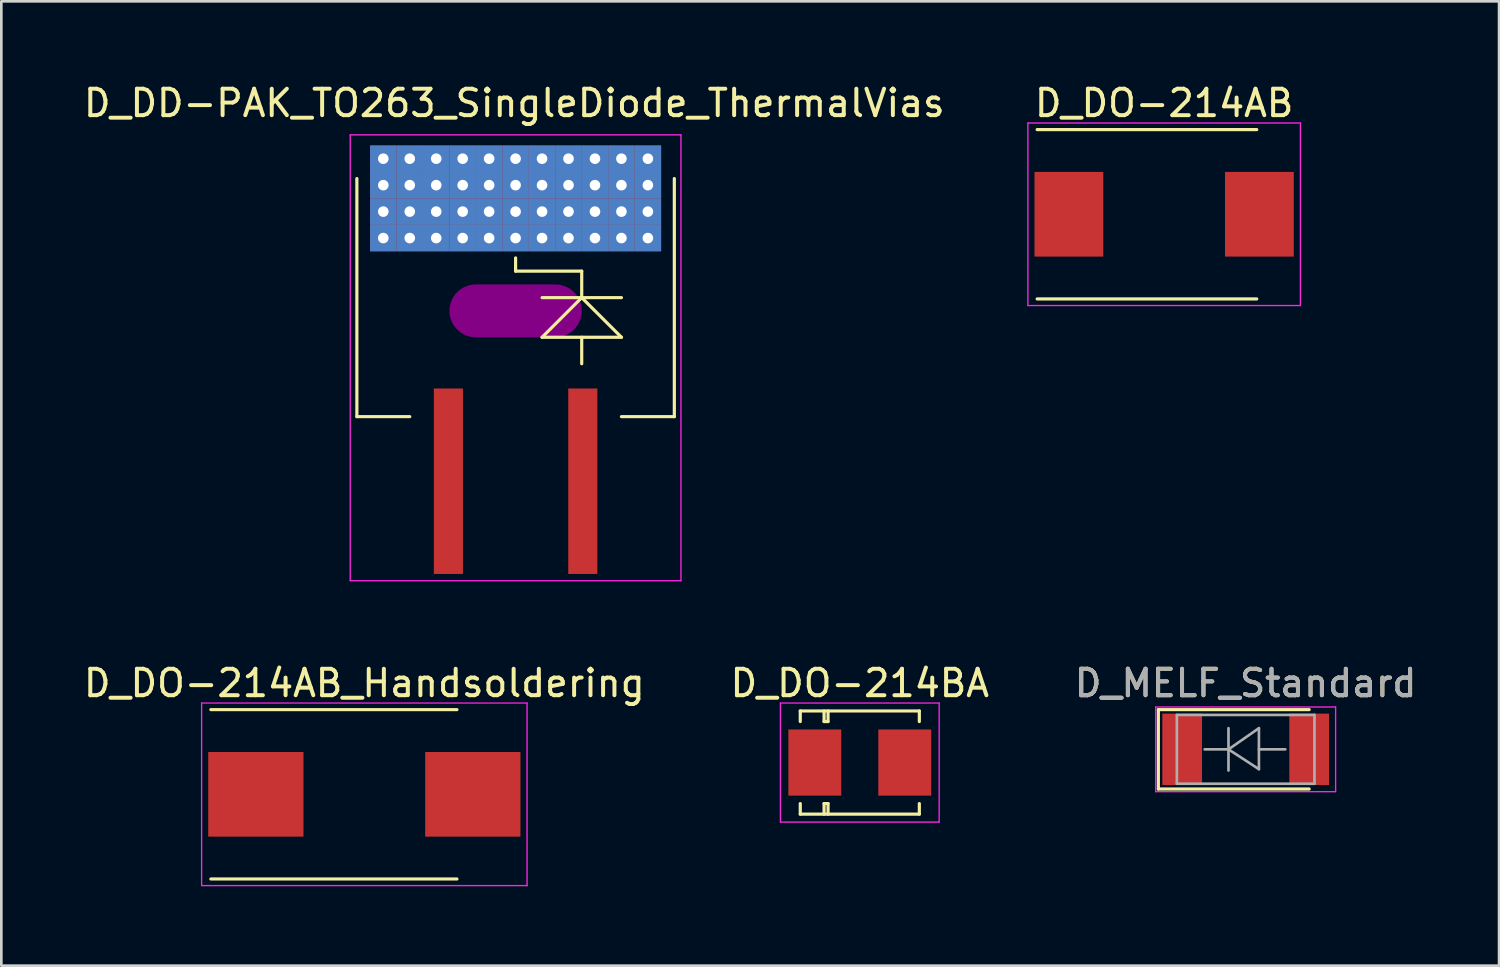
<source format=kicad_pcb>
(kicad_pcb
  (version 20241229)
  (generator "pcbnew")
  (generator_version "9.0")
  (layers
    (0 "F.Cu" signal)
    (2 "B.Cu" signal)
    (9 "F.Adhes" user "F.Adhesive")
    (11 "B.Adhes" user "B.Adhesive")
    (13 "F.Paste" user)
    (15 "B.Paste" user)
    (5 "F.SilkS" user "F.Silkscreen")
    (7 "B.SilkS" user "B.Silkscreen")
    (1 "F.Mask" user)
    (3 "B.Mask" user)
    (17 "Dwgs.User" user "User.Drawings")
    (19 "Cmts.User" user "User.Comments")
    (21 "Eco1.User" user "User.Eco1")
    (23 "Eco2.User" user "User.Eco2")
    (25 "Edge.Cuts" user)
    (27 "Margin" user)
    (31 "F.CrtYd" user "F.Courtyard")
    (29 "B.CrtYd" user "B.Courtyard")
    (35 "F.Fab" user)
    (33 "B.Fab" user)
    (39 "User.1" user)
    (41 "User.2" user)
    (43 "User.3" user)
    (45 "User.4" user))
  (footprint "D_DD-PAK_TO263_SingleDiode_ThermalVias"
    (layer "F.Cu")
    (at 16.437 10.698)
    (property "Reference" "D_DD-PAK_TO263_SingleDiode_ThermalVias" (at -0.05 -9.85 0) (layer "F.SilkS") (effects (font (size 1 1) (thickness 0.15))))
    (attr smd)
    (fp_line (start -5.5 -8.25) (end 5.5 -8.25) (stroke (width 0.45) (type solid)) (layer "F.Mask"))
    (fp_line (start -5.5 -4.25) (end -5.5 -8.25) (stroke (width 0.45) (type solid)) (layer "F.Mask"))
    (fp_line (start -5.25 -7.25) (end 5.25 -7.25) (stroke (width 0.45) (type solid)) (layer "F.Mask"))
    (fp_line (start -5.25 -6.25) (end 5.25 -6.25) (stroke (width 0.45) (type solid)) (layer "F.Mask"))
    (fp_line (start -5.25 -5.25) (end 5.25 -5.25) (stroke (width 0.45) (type solid)) (layer "F.Mask"))
    (fp_line (start -4.5 -8.05) (end -4.5 -4.5) (stroke (width 0.45) (type solid)) (layer "F.Mask"))
    (fp_line (start -3.5 -8.05) (end -3.5 -4.5) (stroke (width 0.45) (type solid)) (layer "F.Mask"))
    (fp_line (start -2.5 -8.05) (end -2.5 -4.5) (stroke (width 0.45) (type solid)) (layer "F.Mask"))
    (fp_line (start -1.5 -8.05) (end -1.5 -4.5) (stroke (width 0.45) (type solid)) (layer "F.Mask"))
    (fp_line (start -0.5 -8.05) (end -0.5 -4.5) (stroke (width 0.45) (type solid)) (layer "F.Mask"))
    (fp_line (start 0.5 -8.05) (end 0.5 -4.5) (stroke (width 0.45) (type solid)) (layer "F.Mask"))
    (fp_line (start 1.5 -8.05) (end 1.5 -4.5) (stroke (width 0.45) (type solid)) (layer "F.Mask"))
    (fp_line (start 2.5 -8.05) (end 2.5 -4.5) (stroke (width 0.45) (type solid)) (layer "F.Mask"))
    (fp_line (start 3.5 -8.05) (end 3.5 -4.5) (stroke (width 0.45) (type solid)) (layer "F.Mask"))
    (fp_line (start 4.5 -8.05) (end 4.5 -4.5) (stroke (width 0.45) (type solid)) (layer "F.Mask"))
    (fp_line (start 5.5 -8.25) (end 5.5 -4.25) (stroke (width 0.45) (type solid)) (layer "F.Mask"))
    (fp_line (start 5.5 -4.25) (end -5.5 -4.25) (stroke (width 0.45) (type solid)) (layer "F.Mask"))
    (fp_circle (center -5 -7.75) (end -4.9 -7.75) (stroke (width 0.215) (type solid)) (fill no) (layer "F.Mask"))
    (fp_circle (center -5 -6.75) (end -4.9 -6.75) (stroke (width 0.215) (type solid)) (fill no) (layer "F.Mask"))
    (fp_circle (center -5 -5.75) (end -4.9 -5.75) (stroke (width 0.215) (type solid)) (fill no) (layer "F.Mask"))
    (fp_circle (center -5 -4.75) (end -4.9 -4.75) (stroke (width 0.215) (type solid)) (fill no) (layer "F.Mask"))
    (fp_circle (center -4 -7.75) (end -3.9 -7.75) (stroke (width 0.215) (type solid)) (fill no) (layer "F.Mask"))
    (fp_circle (center -4 -6.75) (end -3.9 -6.75) (stroke (width 0.215) (type solid)) (fill no) (layer "F.Mask"))
    (fp_circle (center -4 -5.75) (end -3.9 -5.75) (stroke (width 0.215) (type solid)) (fill no) (layer "F.Mask"))
    (fp_circle (center -4 -4.75) (end -3.9 -4.75) (stroke (width 0.215) (type solid)) (fill no) (layer "F.Mask"))
    (fp_circle (center -3 -7.75) (end -2.9 -7.75) (stroke (width 0.215) (type solid)) (fill no) (layer "F.Mask"))
    (fp_circle (center -3 -6.75) (end -2.9 -6.75) (stroke (width 0.215) (type solid)) (fill no) (layer "F.Mask"))
    (fp_circle (center -3 -5.75) (end -2.9 -5.75) (stroke (width 0.215) (type solid)) (fill no) (layer "F.Mask"))
    (fp_circle (center -3 -4.75) (end -2.9 -4.75) (stroke (width 0.215) (type solid)) (fill no) (layer "F.Mask"))
    (fp_circle (center -2 -7.75) (end -1.9 -7.75) (stroke (width 0.215) (type solid)) (fill no) (layer "F.Mask"))
    (fp_circle (center -2 -6.75) (end -1.9 -6.75) (stroke (width 0.215) (type solid)) (fill no) (layer "F.Mask"))
    (fp_circle (center -2 -5.75) (end -1.9 -5.75) (stroke (width 0.215) (type solid)) (fill no) (layer "F.Mask"))
    (fp_circle (center -2 -4.75) (end -1.9 -4.75) (stroke (width 0.215) (type solid)) (fill no) (layer "F.Mask"))
    (fp_circle (center -1 -7.75) (end -0.9 -7.75) (stroke (width 0.215) (type solid)) (fill no) (layer "F.Mask"))
    (fp_circle (center -1 -6.75) (end -0.9 -6.75) (stroke (width 0.215) (type solid)) (fill no) (layer "F.Mask"))
    (fp_circle (center -1 -5.75) (end -0.9 -5.75) (stroke (width 0.215) (type solid)) (fill no) (layer "F.Mask"))
    (fp_circle (center -1 -4.75) (end -0.9 -4.75) (stroke (width 0.215) (type solid)) (fill no) (layer "F.Mask"))
    (fp_circle (center 0 -7.75) (end 0.1 -7.75) (stroke (width 0.215) (type solid)) (fill no) (layer "F.Mask"))
    (fp_circle (center 0 -6.75) (end 0.1 -6.75) (stroke (width 0.215) (type solid)) (fill no) (layer "F.Mask"))
    (fp_circle (center 0 -5.75) (end 0.1 -5.75) (stroke (width 0.215) (type solid)) (fill no) (layer "F.Mask"))
    (fp_circle (center 0 -4.75) (end 0.1 -4.75) (stroke (width 0.215) (type solid)) (fill no) (layer "F.Mask"))
    (fp_circle (center 1 -7.75) (end 1.1 -7.75) (stroke (width 0.215) (type solid)) (fill no) (layer "F.Mask"))
    (fp_circle (center 1 -6.75) (end 1.1 -6.75) (stroke (width 0.215) (type solid)) (fill no) (layer "F.Mask"))
    (fp_circle (center 1 -5.75) (end 1.1 -5.75) (stroke (width 0.215) (type solid)) (fill no) (layer "F.Mask"))
    (fp_circle (center 1 -4.75) (end 1.1 -4.75) (stroke (width 0.215) (type solid)) (fill no) (layer "F.Mask"))
    (fp_circle (center 2 -7.75) (end 2.1 -7.75) (stroke (width 0.215) (type solid)) (fill no) (layer "F.Mask"))
    (fp_circle (center 2 -6.75) (end 2.1 -6.75) (stroke (width 0.215) (type solid)) (fill no) (layer "F.Mask"))
    (fp_circle (center 2 -5.75) (end 2.1 -5.75) (stroke (width 0.215) (type solid)) (fill no) (layer "F.Mask"))
    (fp_circle (center 2 -4.75) (end 2.1 -4.75) (stroke (width 0.215) (type solid)) (fill no) (layer "F.Mask"))
    (fp_circle (center 3 -7.75) (end 3.1 -7.75) (stroke (width 0.215) (type solid)) (fill no) (layer "F.Mask"))
    (fp_circle (center 3 -6.75) (end 3.1 -6.75) (stroke (width 0.215) (type solid)) (fill no) (layer "F.Mask"))
    (fp_circle (center 3 -5.75) (end 3.1 -5.75) (stroke (width 0.215) (type solid)) (fill no) (layer "F.Mask"))
    (fp_circle (center 3 -4.75) (end 3.1 -4.75) (stroke (width 0.215) (type solid)) (fill no) (layer "F.Mask"))
    (fp_circle (center 4 -7.75) (end 4.1 -7.75) (stroke (width 0.215) (type solid)) (fill no) (layer "F.Mask"))
    (fp_circle (center 4 -6.75) (end 4.1 -6.75) (stroke (width 0.215) (type solid)) (fill no) (layer "F.Mask"))
    (fp_circle (center 4 -5.75) (end 4.1 -5.75) (stroke (width 0.215) (type solid)) (fill no) (layer "F.Mask"))
    (fp_circle (center 4 -4.75) (end 4.1 -4.75) (stroke (width 0.215) (type solid)) (fill no) (layer "F.Mask"))
    (fp_circle (center 5 -7.75) (end 5.1 -7.75) (stroke (width 0.215) (type solid)) (fill no) (layer "F.Mask"))
    (fp_circle (center 5 -6.75) (end 5.1 -6.75) (stroke (width 0.215) (type solid)) (fill no) (layer "F.Mask"))
    (fp_circle (center 5 -5.75) (end 5.1 -5.75) (stroke (width 0.215) (type solid)) (fill no) (layer "F.Mask"))
    (fp_circle (center 5 -4.75) (end 5.1 -4.75) (stroke (width 0.215) (type solid)) (fill no) (layer "F.Mask"))
    (fp_line (start -5.999 -7) (end -5.999 1.999) (stroke (width 0.12) (type solid)) (layer "F.SilkS"))
    (fp_line (start -5.999 1.999) (end -4 1.999) (stroke (width 0.12) (type solid)) (layer "F.SilkS"))
    (fp_line (start 0 -3.5) (end 0 -4) (stroke (width 0.12) (type solid)) (layer "F.SilkS"))
    (fp_line (start 1.001 -2.499) (end 4 -2.499) (stroke (width 0.12) (type solid)) (layer "F.SilkS"))
    (fp_line (start 1.001 -1.001) (end 4 -1.001) (stroke (width 0.12) (type solid)) (layer "F.SilkS"))
    (fp_line (start 2.499 -3.5) (end 0 -3.5) (stroke (width 0.12) (type solid)) (layer "F.SilkS"))
    (fp_line (start 2.499 -2.499) (end 1.001 -1.001) (stroke (width 0.12) (type solid)) (layer "F.SilkS"))
    (fp_line (start 2.499 -2.499) (end 2.499 -3.5) (stroke (width 0.12) (type solid)) (layer "F.SilkS"))
    (fp_line (start 2.499 -1.001) (end 2.499 0) (stroke (width 0.12) (type solid)) (layer "F.SilkS"))
    (fp_line (start 4 -1.001) (end 2.499 -2.499) (stroke (width 0.12) (type solid)) (layer "F.SilkS"))
    (fp_line (start 4 1.999) (end 5.999 1.999) (stroke (width 0.12) (type solid)) (layer "F.SilkS"))
    (fp_line (start 5.999 1.999) (end 5.999 -7) (stroke (width 0.12) (type solid)) (layer "F.SilkS"))
    (fp_line (start -5.25 -7.25) (end 5.25 -7.25) (stroke (width 0.45) (type solid)) (layer "F.Paste"))
    (fp_line (start -5.25 -6.25) (end 5.25 -6.25) (stroke (width 0.45) (type solid)) (layer "F.Paste"))
    (fp_line (start -5.25 -5.25) (end 5.25 -5.25) (stroke (width 0.45) (type solid)) (layer "F.Paste"))
    (fp_line (start -4.5 -8.05) (end -4.5 -4.5) (stroke (width 0.45) (type solid)) (layer "F.Paste"))
    (fp_line (start -3.5 -8.05) (end -3.5 -4.5) (stroke (width 0.45) (type solid)) (layer "F.Paste"))
    (fp_line (start -2.5 -8.05) (end -2.5 -4.5) (stroke (width 0.45) (type solid)) (layer "F.Paste"))
    (fp_line (start -1.5 -8.05) (end -1.5 -4.5) (stroke (width 0.45) (type solid)) (layer "F.Paste"))
    (fp_line (start -0.5 -8.05) (end -0.5 -4.5) (stroke (width 0.45) (type solid)) (layer "F.Paste"))
    (fp_line (start 0.5 -8.05) (end 0.5 -4.5) (stroke (width 0.45) (type solid)) (layer "F.Paste"))
    (fp_line (start 1.5 -8.05) (end 1.5 -4.5) (stroke (width 0.45) (type solid)) (layer "F.Paste"))
    (fp_line (start 2.5 -8.05) (end 2.5 -4.5) (stroke (width 0.45) (type solid)) (layer "F.Paste"))
    (fp_line (start 3.5 -8.05) (end 3.5 -4.5) (stroke (width 0.45) (type solid)) (layer "F.Paste"))
    (fp_line (start 4.5 -8.05) (end 4.5 -4.5) (stroke (width 0.45) (type solid)) (layer "F.Paste"))
    (fp_line (start -6.25 -8.65) (end 6.25 -8.65) (stroke (width 0.05) (type solid)) (layer "F.CrtYd"))
    (fp_line (start -6.25 8.2) (end -6.25 -8.65) (stroke (width 0.05) (type solid)) (layer "F.CrtYd"))
    (fp_line (start 6.25 -8.65) (end 6.25 8.2) (stroke (width 0.05) (type solid)) (layer "F.CrtYd"))
    (fp_line (start 6.25 8.2) (end -6.25 8.2) (stroke (width 0.05) (type solid)) (layer "F.CrtYd"))
    (pad "" smd oval (at 0 -1.999) (size 5.001 1.999) (layers "F.Adhes"))
    (pad "1" smd rect (at -2.54 4.44) (size 1.1 7.01) (layers "F.Cu" "F.Mask" "F.Paste"))
    (pad "2" thru_hole rect (at -5 -7.75) (size 1 1) (drill 0.4) (layers "*.Cu" "B.Mask"))
    (pad "2" thru_hole rect (at -5 -6.75) (size 1 1) (drill 0.4) (layers "*.Cu" "B.Mask"))
    (pad "2" thru_hole rect (at -5 -5.75) (size 1 1) (drill 0.4) (layers "*.Cu" "B.Mask"))
    (pad "2" thru_hole rect (at -5 -4.75) (size 1 1) (drill 0.4) (layers "*.Cu" "B.Mask"))
    (pad "2" thru_hole rect (at -4 -7.75) (size 1 1) (drill 0.4) (layers "*.Cu" "B.Mask"))
    (pad "2" thru_hole rect (at -4 -6.75) (size 1 1) (drill 0.4) (layers "*.Cu" "B.Mask"))
    (pad "2" thru_hole rect (at -4 -5.75) (size 1 1) (drill 0.4) (layers "*.Cu" "B.Mask"))
    (pad "2" thru_hole rect (at -4 -4.75) (size 1 1) (drill 0.4) (layers "*.Cu" "B.Mask"))
    (pad "2" thru_hole rect (at -3 -7.75) (size 1 1) (drill 0.4) (layers "*.Cu" "B.Mask"))
    (pad "2" thru_hole rect (at -3 -6.75) (size 1 1) (drill 0.4) (layers "*.Cu" "B.Mask"))
    (pad "2" thru_hole rect (at -3 -5.75) (size 1 1) (drill 0.4) (layers "*.Cu" "B.Mask"))
    (pad "2" thru_hole rect (at -3 -4.75) (size 1 1) (drill 0.4) (layers "*.Cu" "B.Mask"))
    (pad "2" thru_hole rect (at -2 -7.75) (size 1 1) (drill 0.4) (layers "*.Cu" "B.Mask"))
    (pad "2" thru_hole rect (at -2 -6.75) (size 1 1) (drill 0.4) (layers "*.Cu" "B.Mask"))
    (pad "2" thru_hole rect (at -2 -5.75) (size 1 1) (drill 0.4) (layers "*.Cu" "B.Mask"))
    (pad "2" thru_hole rect (at -2 -4.75) (size 1 1) (drill 0.4) (layers "*.Cu" "B.Mask"))
    (pad "2" thru_hole rect (at -1 -7.75) (size 1 1) (drill 0.4) (layers "*.Cu" "B.Mask"))
    (pad "2" thru_hole rect (at -1 -6.75) (size 1 1) (drill 0.4) (layers "*.Cu" "B.Mask"))
    (pad "2" thru_hole rect (at -1 -5.75) (size 1 1) (drill 0.4) (layers "*.Cu" "B.Mask"))
    (pad "2" thru_hole rect (at -1 -4.75) (size 1 1) (drill 0.4) (layers "*.Cu" "B.Mask"))
    (pad "2" thru_hole rect (at 0 -7.75) (size 1 1) (drill 0.4) (layers "*.Cu" "B.Mask"))
    (pad "2" thru_hole rect (at 0 -6.75) (size 1 1) (drill 0.4) (layers "*.Cu" "B.Mask"))
    (pad "2" thru_hole rect (at 0 -5.75) (size 1 1) (drill 0.4) (layers "*.Cu" "B.Mask"))
    (pad "2" thru_hole rect (at 0 -4.75) (size 1 1) (drill 0.4) (layers "*.Cu" "B.Mask"))
    (pad "2" thru_hole rect (at 1 -7.75) (size 1 1) (drill 0.4) (layers "*.Cu" "B.Mask"))
    (pad "2" thru_hole rect (at 1 -6.75) (size 1 1) (drill 0.4) (layers "*.Cu" "B.Mask"))
    (pad "2" thru_hole rect (at 1 -5.75) (size 1 1) (drill 0.4) (layers "*.Cu" "B.Mask"))
    (pad "2" thru_hole rect (at 1 -4.75) (size 1 1) (drill 0.4) (layers "*.Cu" "B.Mask"))
    (pad "2" thru_hole rect (at 2 -7.75) (size 1 1) (drill 0.4) (layers "*.Cu" "B.Mask"))
    (pad "2" thru_hole rect (at 2 -6.75) (size 1 1) (drill 0.4) (layers "*.Cu" "B.Mask"))
    (pad "2" thru_hole rect (at 2 -5.75) (size 1 1) (drill 0.4) (layers "*.Cu" "B.Mask"))
    (pad "2" thru_hole rect (at 2 -4.75) (size 1 1) (drill 0.4) (layers "*.Cu" "B.Mask"))
    (pad "2" thru_hole rect (at 3 -7.75) (size 1 1) (drill 0.4) (layers "*.Cu" "B.Mask"))
    (pad "2" thru_hole rect (at 3 -6.75) (size 1 1) (drill 0.4) (layers "*.Cu" "B.Mask"))
    (pad "2" thru_hole rect (at 3 -5.75) (size 1 1) (drill 0.4) (layers "*.Cu" "B.Mask"))
    (pad "2" thru_hole rect (at 3 -4.75) (size 1 1) (drill 0.4) (layers "*.Cu" "B.Mask"))
    (pad "2" thru_hole rect (at 4 -7.75) (size 1 1) (drill 0.4) (layers "*.Cu" "B.Mask"))
    (pad "2" thru_hole rect (at 4 -6.75) (size 1 1) (drill 0.4) (layers "*.Cu" "B.Mask"))
    (pad "2" thru_hole rect (at 4 -5.75) (size 1 1) (drill 0.4) (layers "*.Cu" "B.Mask"))
    (pad "2" thru_hole rect (at 4 -4.75) (size 1 1) (drill 0.4) (layers "*.Cu" "B.Mask"))
    (pad "2" thru_hole rect (at 5 -7.75) (size 1 1) (drill 0.4) (layers "*.Cu" "B.Mask"))
    (pad "2" thru_hole rect (at 5 -6.75) (size 1 1) (drill 0.4) (layers "*.Cu" "B.Mask"))
    (pad "2" thru_hole rect (at 5 -5.75) (size 1 1) (drill 0.4) (layers "*.Cu" "B.Mask"))
    (pad "2" thru_hole rect (at 5 -4.75) (size 1 1) (drill 0.4) (layers "*.Cu" "B.Mask"))
    (pad "3" smd rect (at 2.54 4.44) (size 1.1 7.01) (layers "F.Cu" "F.Mask" "F.Paste")))
  (footprint "D_DO-214AB_Handsoldering"
    (layer "F.Cu")
    (at 10.72 26.971)
    (property "Reference" "D_DO-214AB_Handsoldering" (at 0 -4.2 0) (layer "F.SilkS") (effects (font (size 1 1) (thickness 0.15))))
    (attr smd)
    (fp_line (start -5.8 -3.2) (end 3.5 -3.2) (stroke (width 0.12) (type solid)) (layer "F.SilkS"))
    (fp_line (start 3.5 3.2) (end -5.8 3.2) (stroke (width 0.12) (type solid)) (layer "F.SilkS"))
    (fp_line (start -6.15 -3.45) (end 6.15 -3.45) (stroke (width 0.05) (type solid)) (layer "F.CrtYd"))
    (fp_line (start -6.15 3.45) (end -6.15 -3.45) (stroke (width 0.05) (type solid)) (layer "F.CrtYd"))
    (fp_line (start 6.15 -3.45) (end 6.15 3.45) (stroke (width 0.05) (type solid)) (layer "F.CrtYd"))
    (fp_line (start 6.15 3.45) (end -6.15 3.45) (stroke (width 0.05) (type solid)) (layer "F.CrtYd"))
    (pad "1" smd rect (at -4.1 0) (size 3.6 3.2) (layers "F.Cu" "F.Mask" "F.Paste"))
    (pad "2" smd rect (at 4.1 0) (size 3.6 3.2) (layers "F.Cu" "F.Mask" "F.Paste")))
  (footprint "D_DO-214AB"
    (layer "F.Cu")
    (at 40.949 5.048)
    (property "Reference" "D_DO-214AB" (at 0 -4.2 0) (layer "F.SilkS") (effects (font (size 1 1) (thickness 0.15))))
    (attr smd)
    (fp_line (start -4.8 -3.2) (end 3.5 -3.2) (stroke (width 0.12) (type solid)) (layer "F.SilkS"))
    (fp_line (start 3.5 3.2) (end -4.8 3.2) (stroke (width 0.12) (type solid)) (layer "F.SilkS"))
    (fp_line (start -5.15 -3.45) (end 5.15 -3.45) (stroke (width 0.05) (type solid)) (layer "F.CrtYd"))
    (fp_line (start -5.15 3.45) (end -5.15 -3.45) (stroke (width 0.05) (type solid)) (layer "F.CrtYd"))
    (fp_line (start 5.15 -3.45) (end 5.15 3.45) (stroke (width 0.05) (type solid)) (layer "F.CrtYd"))
    (fp_line (start 5.15 3.45) (end -5.15 3.45) (stroke (width 0.05) (type solid)) (layer "F.CrtYd"))
    (pad "1" smd rect (at -3.6 0) (size 2.6 3.2) (layers "F.Cu" "F.Mask" "F.Paste"))
    (pad "2" smd rect (at 3.6 0) (size 2.6 3.2) (layers "F.Cu" "F.Mask" "F.Paste")))
  (footprint "D_MELF_Standard"
    (layer "F.Cu")
    (at 44.03 25.271)
    (property "Reference" "D_MELF_Standard" (at 0 -2.5 0) (layer "F.SilkS") (effects (font (size 1 1) (thickness 0.15))))
    (attr smd)
    (fp_line (start -3.3 -1.5) (end -3.3 1.5) (stroke (width 0.12) (type solid)) (layer "F.SilkS"))
    (fp_line (start -3.3 1.5) (end 2.4 1.5) (stroke (width 0.12) (type solid)) (layer "F.SilkS"))
    (fp_line (start 2.4 -1.5) (end -3.3 -1.5) (stroke (width 0.12) (type solid)) (layer "F.SilkS"))
    (fp_line (start -3.4 -1.6) (end 3.4 -1.6) (stroke (width 0.05) (type solid)) (layer "F.CrtYd"))
    (fp_line (start -3.4 1.6) (end -3.4 -1.6) (stroke (width 0.05) (type solid)) (layer "F.CrtYd"))
    (fp_line (start 3.4 -1.6) (end 3.4 1.6) (stroke (width 0.05) (type solid)) (layer "F.CrtYd"))
    (fp_line (start 3.4 1.6) (end -3.4 1.6) (stroke (width 0.05) (type solid)) (layer "F.CrtYd"))
    (fp_line (start -2.6 -1.3) (end -2.6 1.3) (stroke (width 0.1) (type solid)) (layer "F.Fab"))
    (fp_line (start -2.6 1.3) (end 2.6 1.3) (stroke (width 0.1) (type solid)) (layer "F.Fab"))
    (fp_line (start -0.649 -0.799) (end -0.649 0.801) (stroke (width 0.1) (type solid)) (layer "F.Fab"))
    (fp_line (start -0.649 0.001) (end -1.551 0.001) (stroke (width 0.1) (type solid)) (layer "F.Fab"))
    (fp_line (start -0.649 0.001) (end 0.501 -0.799) (stroke (width 0.1) (type solid)) (layer "F.Fab"))
    (fp_line (start -0.649 0.001) (end 0.501 0.75) (stroke (width 0.1) (type solid)) (layer "F.Fab"))
    (fp_line (start 0.501 0.001) (end 1.499 0.001) (stroke (width 0.1) (type solid)) (layer "F.Fab"))
    (fp_line (start 0.501 0.75) (end 0.501 -0.799) (stroke (width 0.1) (type solid)) (layer "F.Fab"))
    (fp_line (start 2.6 -1.3) (end -2.6 -1.3) (stroke (width 0.1) (type solid)) (layer "F.Fab"))
    (fp_line (start 2.6 1.3) (end 2.6 -1.3) (stroke (width 0.1) (type solid)) (layer "F.Fab"))
    (fp_text user "${REFERENCE}" (at 0 -2.5 0) (layer "F.Fab") (effects (font (size 1 1) (thickness 0.15))))
    (pad "1" smd rect (at -2.4 0) (size 1.5 2.7) (layers "F.Cu" "F.Mask" "F.Paste"))
    (pad "2" smd rect (at 2.4 0) (size 1.5 2.7) (layers "F.Cu" "F.Mask" "F.Paste")))
  (footprint "D_DO-214BA"
    (layer "F.Cu")
    (at 29.446 25.771)
    (property "Reference" "D_DO-214BA" (at 0 -3 0) (layer "F.SilkS") (effects (font (size 1 1) (thickness 0.15))))
    (attr smd)
    (fp_line (start -2.25 -1.95) (end -2.25 -1.55) (stroke (width 0.12) (type solid)) (layer "F.SilkS"))
    (fp_line (start -2.25 -1.95) (end 2.25 -1.95) (stroke (width 0.12) (type solid)) (layer "F.SilkS"))
    (fp_line (start -2.25 1.95) (end -2.25 1.55) (stroke (width 0.12) (type solid)) (layer "F.SilkS"))
    (fp_line (start -1.35 -1.95) (end -1.35 -1.55) (stroke (width 0.12) (type solid)) (layer "F.SilkS"))
    (fp_line (start -1.35 -1.55) (end -1.2 -1.55) (stroke (width 0.12) (type solid)) (layer "F.SilkS"))
    (fp_line (start -1.35 1.55) (end -1.2 1.55) (stroke (width 0.12) (type solid)) (layer "F.SilkS"))
    (fp_line (start -1.35 1.95) (end -1.35 1.55) (stroke (width 0.12) (type solid)) (layer "F.SilkS"))
    (fp_line (start -1.2 -1.55) (end -1.2 -1.95) (stroke (width 0.12) (type solid)) (layer "F.SilkS"))
    (fp_line (start -1.2 1.55) (end -1.2 1.95) (stroke (width 0.12) (type solid)) (layer "F.SilkS"))
    (fp_line (start 2.25 -1.95) (end 2.25 -1.55) (stroke (width 0.12) (type solid)) (layer "F.SilkS"))
    (fp_line (start 2.25 1.95) (end -2.25 1.95) (stroke (width 0.12) (type solid)) (layer "F.SilkS"))
    (fp_line (start 2.25 1.95) (end 2.25 1.55) (stroke (width 0.12) (type solid)) (layer "F.SilkS"))
    (fp_line (start -3 -2.25) (end 3 -2.25) (stroke (width 0.05) (type solid)) (layer "F.CrtYd"))
    (fp_line (start -3 2.25) (end -3 -2.25) (stroke (width 0.05) (type solid)) (layer "F.CrtYd"))
    (fp_line (start 3 -2.25) (end 3 2.25) (stroke (width 0.05) (type solid)) (layer "F.CrtYd"))
    (fp_line (start 3 2.25) (end -3 2.25) (stroke (width 0.05) (type solid)) (layer "F.CrtYd"))
    (pad "1" smd rect (at -1.7 0) (size 2 2.5) (layers "F.Cu" "F.Mask" "F.Paste"))
    (pad "2" smd rect (at 1.7 0) (size 2 2.5) (layers "F.Cu" "F.Mask" "F.Paste")))
  (gr_rect
    (start -3 -3)
    (end 53.607 33.447)
    (stroke (width 0.1) (type default))
    (fill no)
    (layer "Edge.Cuts")))
</source>
